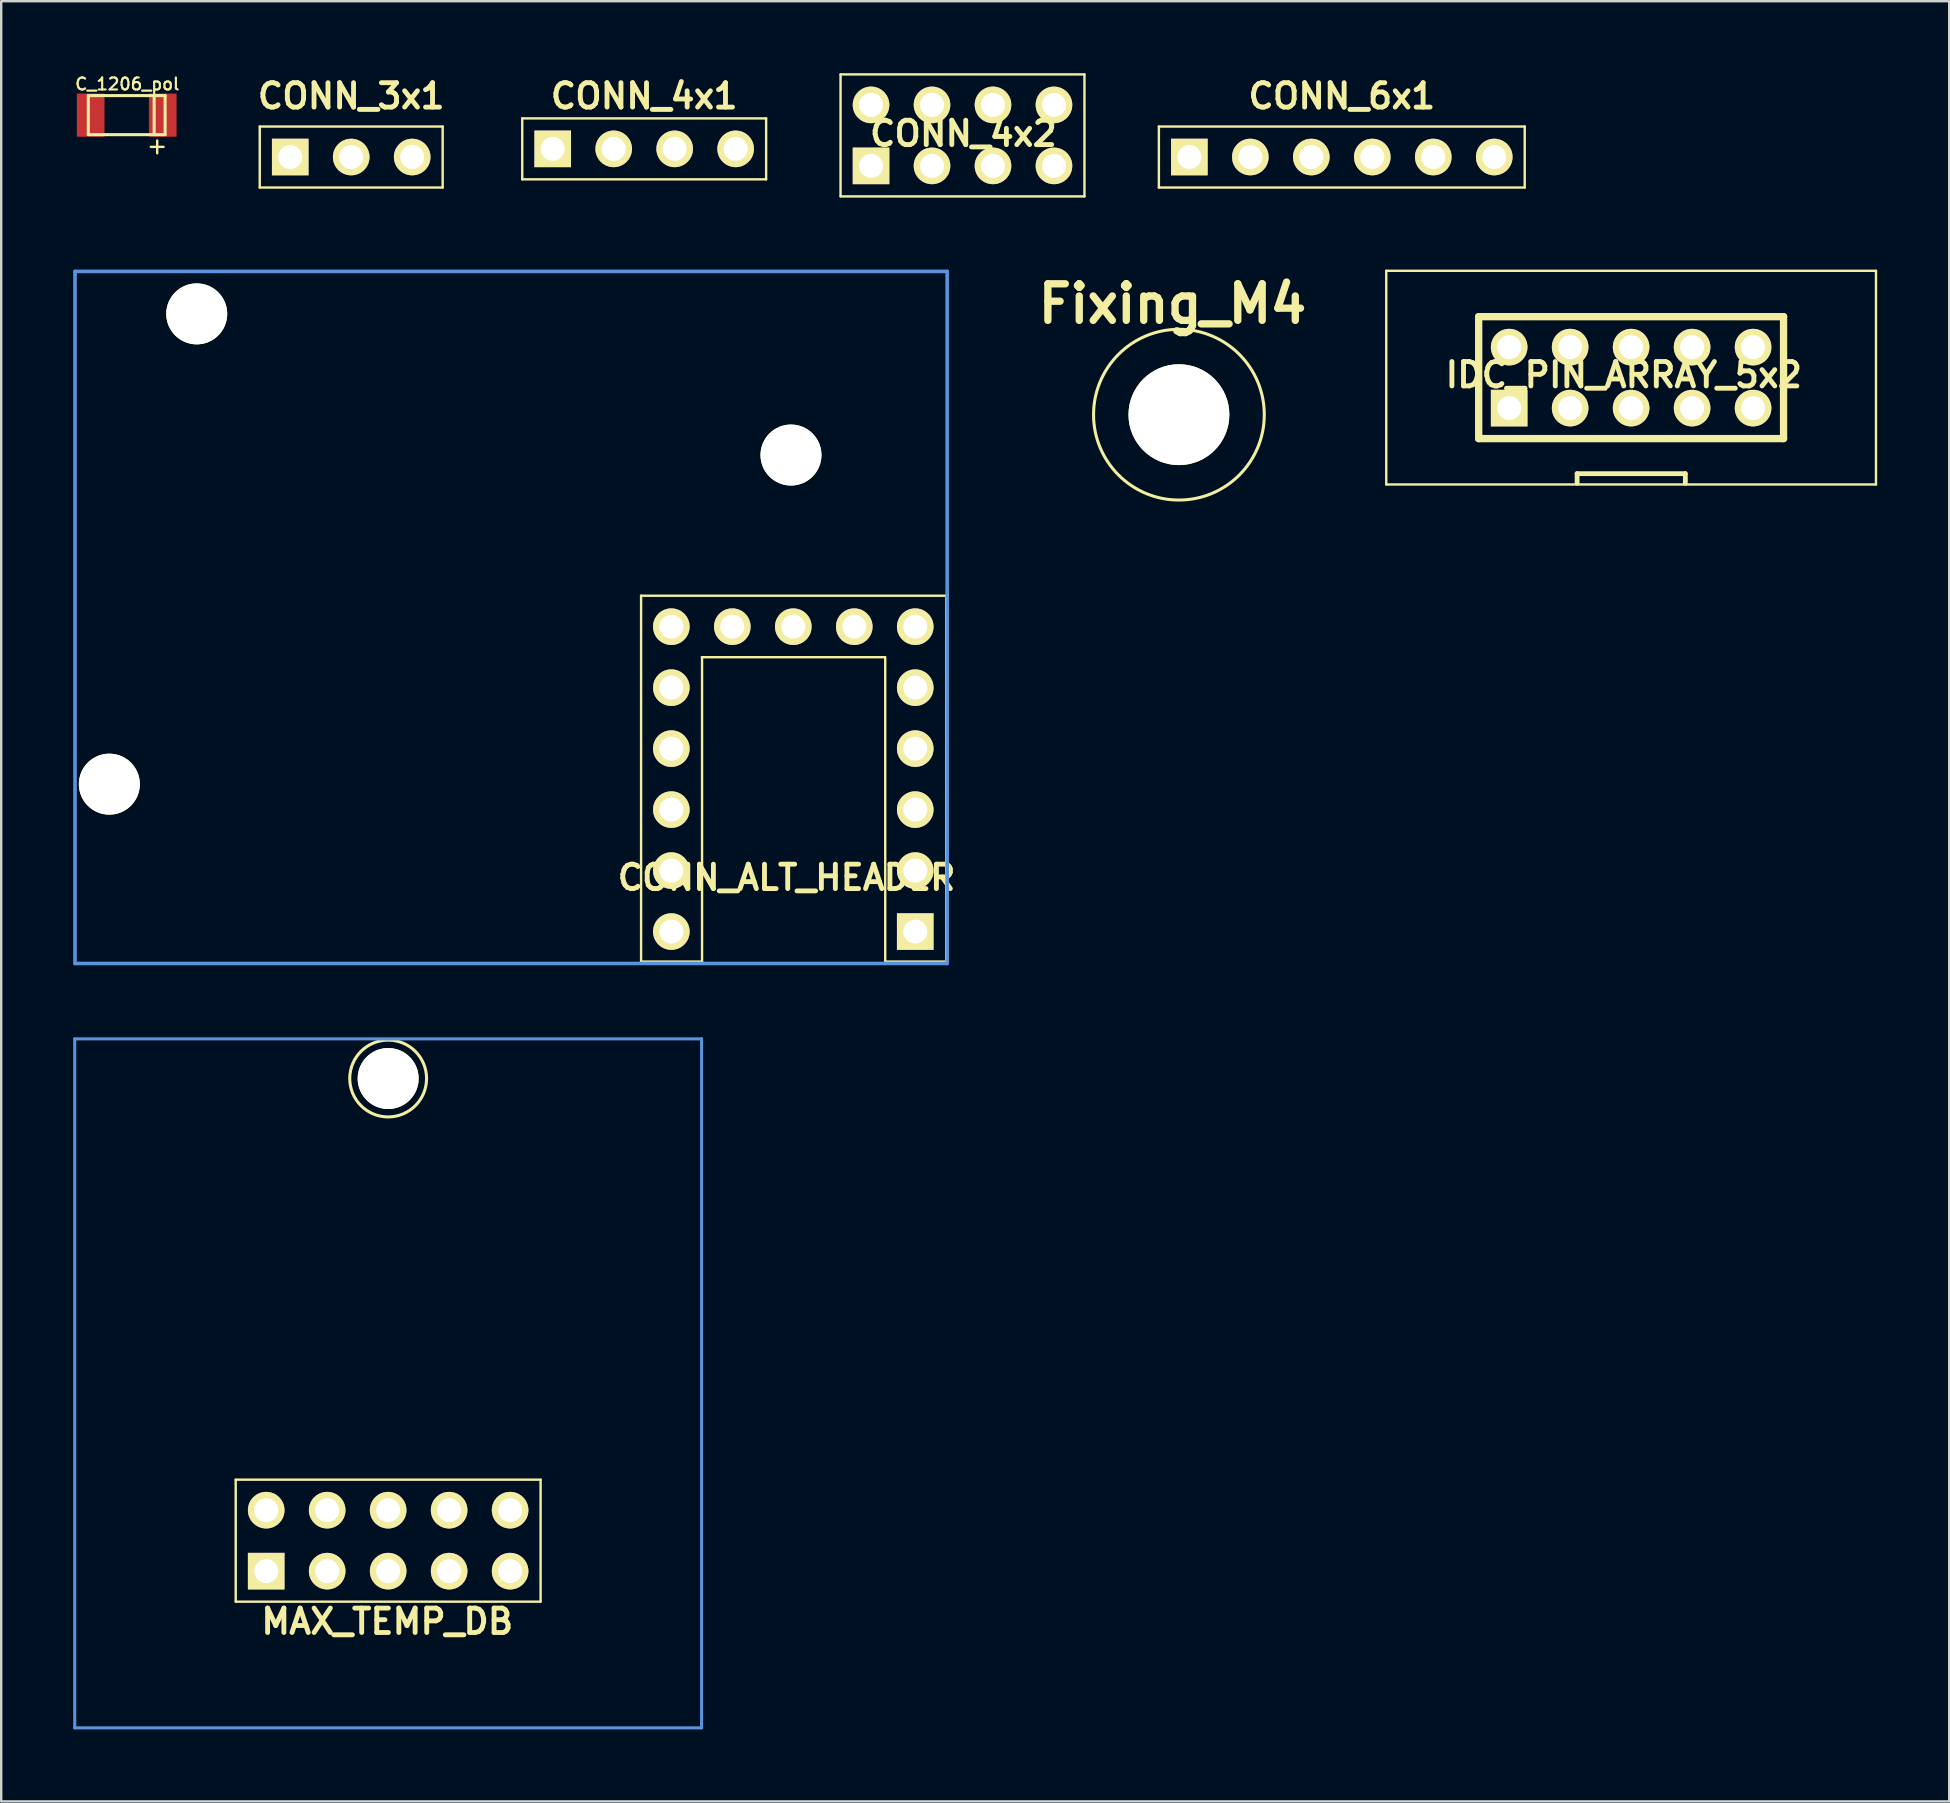
<source format=kicad_pcb>
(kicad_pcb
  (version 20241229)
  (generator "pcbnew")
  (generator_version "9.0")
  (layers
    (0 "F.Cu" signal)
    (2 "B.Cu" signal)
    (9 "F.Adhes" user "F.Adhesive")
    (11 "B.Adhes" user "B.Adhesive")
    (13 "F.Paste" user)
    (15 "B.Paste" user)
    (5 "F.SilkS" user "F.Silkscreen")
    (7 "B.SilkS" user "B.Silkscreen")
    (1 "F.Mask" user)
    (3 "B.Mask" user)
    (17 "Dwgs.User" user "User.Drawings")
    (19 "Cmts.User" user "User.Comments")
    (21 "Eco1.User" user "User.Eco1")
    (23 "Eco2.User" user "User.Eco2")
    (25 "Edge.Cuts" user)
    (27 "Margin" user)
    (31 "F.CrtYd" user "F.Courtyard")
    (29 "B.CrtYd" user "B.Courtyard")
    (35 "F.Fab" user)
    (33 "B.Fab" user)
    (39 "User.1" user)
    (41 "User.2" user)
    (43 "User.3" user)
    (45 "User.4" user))
  (footprint "MAX_TEMP_DB"
    (layer "F.Cu")
    (at 13.119 61.128)
    (property "Reference" "MAX_TEMP_DB" (at -0.038 3.365 0) (layer "F.SilkS") (effects (font (size 1.016 1.016) (thickness 0.203))))
    (attr through_hole)
    (fp_line (start -6.35 -2.54) (end 6.35 -2.54) (stroke (width 0.1) (type solid)) (layer "F.SilkS"))
    (fp_line (start -6.35 2.54) (end -6.35 -2.54) (stroke (width 0.1) (type solid)) (layer "F.SilkS"))
    (fp_line (start 6.35 -2.54) (end 6.35 2.54) (stroke (width 0.1) (type solid)) (layer "F.SilkS"))
    (fp_line (start 6.35 2.54) (end -6.35 2.54) (stroke (width 0.1) (type solid)) (layer "F.SilkS"))
    (fp_circle (center 0 -19.251) (end 0 -20.851) (stroke (width 0.127) (type solid)) (fill no) (layer "F.SilkS"))
    (fp_line (start -13.056 -20.904) (end 13.056 -20.904) (stroke (width 0.127) (type solid)) (layer "Cmts.User"))
    (fp_line (start -13.056 7.798) (end -13.056 -20.904) (stroke (width 0.127) (type solid)) (layer "Cmts.User"))
    (fp_line (start -13.056 7.798) (end 13.056 7.798) (stroke (width 0.127) (type solid)) (layer "Cmts.User"))
    (fp_line (start 13.056 -20.904) (end 13.056 7.798) (stroke (width 0.127) (type solid)) (layer "Cmts.User"))
    (pad "" np_thru_hole circle (at 0 -19.251) (size 2.54 2.54) (drill 2.54) (layers "*.Cu" "*.Mask" "F.SilkS"))
    (pad "1" thru_hole rect (at -5.08 1.27) (size 1.524 1.524) (drill 1) (layers "*.Cu" "*.Mask" "F.SilkS"))
    (pad "2" thru_hole circle (at -5.08 -1.27) (size 1.524 1.524) (drill 1) (layers "*.Cu" "*.Mask" "F.SilkS"))
    (pad "3" thru_hole circle (at -2.54 1.27) (size 1.524 1.524) (drill 1) (layers "*.Cu" "*.Mask" "F.SilkS"))
    (pad "4" thru_hole circle (at -2.54 -1.27) (size 1.524 1.524) (drill 1) (layers "*.Cu" "*.Mask" "F.SilkS"))
    (pad "5" thru_hole circle (at 0 1.27) (size 1.524 1.524) (drill 1) (layers "*.Cu" "*.Mask" "F.SilkS"))
    (pad "6" thru_hole circle (at 0 -1.27) (size 1.524 1.524) (drill 1) (layers "*.Cu" "*.Mask" "F.SilkS"))
    (pad "7" thru_hole circle (at 2.54 1.27) (size 1.524 1.524) (drill 1) (layers "*.Cu" "*.Mask" "F.SilkS"))
    (pad "8" thru_hole circle (at 2.54 -1.27) (size 1.524 1.524) (drill 1) (layers "*.Cu" "*.Mask" "F.SilkS"))
    (pad "9" thru_hole circle (at 5.08 1.27) (size 1.524 1.524) (drill 1) (layers "*.Cu" "*.Mask" "F.SilkS"))
    (pad "10" thru_hole circle (at 5.08 -1.27) (size 1.524 1.524) (drill 1) (layers "*.Cu" "*.Mask" "F.SilkS")))
  (footprint "CONN_4x2"
    (layer "F.Cu")
    (at 37.044 2.59)
    (property "Reference" "CONN_4x2" (at 0.038 -0.076 0) (layer "F.SilkS") (effects (font (size 1.016 1.016) (thickness 0.203))))
    (attr through_hole)
    (fp_line (start -5.08 -2.54) (end 5.08 -2.54) (stroke (width 0.1) (type solid)) (layer "F.SilkS"))
    (fp_line (start -5.08 2.54) (end -5.08 -2.54) (stroke (width 0.1) (type solid)) (layer "F.SilkS"))
    (fp_line (start 5.08 -2.54) (end 5.08 2.54) (stroke (width 0.1) (type solid)) (layer "F.SilkS"))
    (fp_line (start 5.08 2.54) (end -5.08 2.54) (stroke (width 0.1) (type solid)) (layer "F.SilkS"))
    (pad "1" thru_hole rect (at -3.81 1.27) (size 1.524 1.524) (drill 1) (layers "*.Cu" "*.Mask" "F.SilkS"))
    (pad "2" thru_hole circle (at -3.81 -1.27) (size 1.524 1.524) (drill 1) (layers "*.Cu" "*.Mask" "F.SilkS"))
    (pad "3" thru_hole circle (at -1.27 1.27) (size 1.524 1.524) (drill 1) (layers "*.Cu" "*.Mask" "F.SilkS"))
    (pad "4" thru_hole circle (at -1.27 -1.27) (size 1.524 1.524) (drill 1) (layers "*.Cu" "*.Mask" "F.SilkS"))
    (pad "5" thru_hole circle (at 1.27 1.27) (size 1.524 1.524) (drill 1) (layers "*.Cu" "*.Mask" "F.SilkS"))
    (pad "6" thru_hole circle (at 1.27 -1.27) (size 1.524 1.524) (drill 1) (layers "*.Cu" "*.Mask" "F.SilkS"))
    (pad "7" thru_hole circle (at 3.81 1.27) (size 1.524 1.524) (drill 1) (layers "*.Cu" "*.Mask" "F.SilkS"))
    (pad "8" thru_hole circle (at 3.81 -1.27) (size 1.524 1.524) (drill 1) (layers "*.Cu" "*.Mask" "F.SilkS")))
  (footprint "CONN_4x1"
    (layer "F.Cu")
    (at 23.784 3.151)
    (property "Reference" "CONN_4x1" (at 0 -2.2 0) (layer "F.SilkS") (effects (font (size 1.016 1.016) (thickness 0.203))))
    (attr through_hole)
    (fp_line (start -5.08 -1.27) (end -5.08 1.27) (stroke (width 0.1) (type solid)) (layer "F.SilkS"))
    (fp_line (start 5.08 -1.27) (end -5.08 -1.27) (stroke (width 0.1) (type solid)) (layer "F.SilkS"))
    (fp_line (start 5.08 1.27) (end -5.08 1.27) (stroke (width 0.1) (type solid)) (layer "F.SilkS"))
    (fp_line (start 5.08 1.27) (end 5.08 -1.27) (stroke (width 0.1) (type solid)) (layer "F.SilkS"))
    (pad "1" thru_hole rect (at -3.81 0) (size 1.524 1.524) (drill 1) (layers "*.Cu" "*.Mask" "F.SilkS"))
    (pad "2" thru_hole circle (at -1.27 0) (size 1.524 1.524) (drill 1) (layers "*.Cu" "*.Mask" "F.SilkS"))
    (pad "3" thru_hole circle (at 1.27 0) (size 1.524 1.524) (drill 1) (layers "*.Cu" "*.Mask" "F.SilkS"))
    (pad "4" thru_hole circle (at 3.81 0) (size 1.524 1.524) (drill 1) (layers "*.Cu" "*.Mask" "F.SilkS")))
  (footprint "CONN_3x1"
    (layer "F.Cu")
    (at 11.58 3.491)
    (property "Reference" "CONN_3x1" (at 0 -2.54 0) (layer "F.SilkS") (effects (font (size 1.016 1.016) (thickness 0.203))))
    (attr through_hole)
    (fp_line (start -3.81 -1.27) (end -3.81 1.27) (stroke (width 0.1) (type solid)) (layer "F.SilkS"))
    (fp_line (start 3.81 -1.27) (end -3.81 -1.27) (stroke (width 0.1) (type solid)) (layer "F.SilkS"))
    (fp_line (start 3.81 1.27) (end -3.81 1.27) (stroke (width 0.1) (type solid)) (layer "F.SilkS"))
    (fp_line (start 3.81 1.27) (end 3.81 -1.27) (stroke (width 0.1) (type solid)) (layer "F.SilkS"))
    (pad "1" thru_hole rect (at -2.54 0) (size 1.524 1.524) (drill 1) (layers "*.Cu" "*.Mask" "F.SilkS"))
    (pad "2" thru_hole circle (at 0 0) (size 1.524 1.524) (drill 1) (layers "*.Cu" "*.Mask" "F.SilkS"))
    (pad "3" thru_hole circle (at 2.54 0) (size 1.524 1.524) (drill 1) (layers "*.Cu" "*.Mask" "F.SilkS")))
  (footprint "Fixing_M4"
    (layer "F.Cu")
    (at 46.059 14.224)
    (property "Reference" "Fixing_M4" (at -0.269 -4.618 0) (layer "F.SilkS") (effects (font (size 1.524 1.524) (thickness 0.305))))
    (attr through_hole)
    (fp_circle (center 0 0) (end -3.556 0) (stroke (width 0.127) (type solid)) (fill no) (layer "F.SilkS"))
    (pad "" np_thru_hole circle (at 0 0) (size 4.201 4.201) (drill 4.201) (layers "*.Cu" "*.Mask" "F.SilkS")))
  (footprint "C_1206_pol"
    (layer "F.Cu")
    (at 2.228 1.746)
    (property "Reference" "C_1206_pol" (at 0.025 -1.295 0) (layer "F.SilkS") (effects (font (size 0.5 0.5) (thickness 0.09))))
    (attr through_hole)
    (fp_line (start -1.6 -0.813) (end -1.6 0.813) (stroke (width 0.127) (type solid)) (layer "F.SilkS"))
    (fp_line (start -1.6 0.813) (end 1.6 0.813) (stroke (width 0.127) (type solid)) (layer "F.SilkS"))
    (fp_line (start 1.143 0.813) (end 1.143 -0.813) (stroke (width 0.127) (type solid)) (layer "F.SilkS"))
    (fp_line (start 1.6 -0.813) (end -1.6 -0.813) (stroke (width 0.127) (type solid)) (layer "F.SilkS"))
    (fp_line (start 1.6 0.813) (end 1.6 -0.813) (stroke (width 0.127) (type solid)) (layer "F.SilkS"))
    (fp_text user "+" (at 1.27 1.27 0) (layer "F.SilkS") (effects (font (size 0.7 0.7) (thickness 0.1))))
    (pad "1" smd rect (at 1.501 0) (size 1.151 1.801) (layers "F.Cu" "F.Mask" "F.Paste"))
    (pad "2" smd rect (at -1.501 0) (size 1.151 1.801) (layers "F.Cu" "F.Mask" "F.Paste")))
  (footprint "IDC_PIN_ARRAY_5x2"
    (layer "F.Cu")
    (at 64.896 12.68)
    (property "Reference" "IDC_PIN_ARRAY_5x2" (at -0.305 -0.114 0) (layer "F.SilkS") (effects (font (size 1.016 1.016) (thickness 0.203))))
    (attr through_hole)
    (fp_line (start -10.2 -4.45) (end -10.2 4.45) (stroke (width 0.1) (type solid)) (layer "F.SilkS"))
    (fp_line (start -10.2 4.45) (end 10.2 4.45) (stroke (width 0.1) (type solid)) (layer "F.SilkS"))
    (fp_line (start -6.35 -2.54) (end 6.35 -2.54) (stroke (width 0.305) (type solid)) (layer "F.SilkS"))
    (fp_line (start -6.35 2.54) (end -6.35 -2.54) (stroke (width 0.305) (type solid)) (layer "F.SilkS"))
    (fp_line (start -2.25 4) (end -2.25 4.4) (stroke (width 0.2) (type solid)) (layer "F.SilkS"))
    (fp_line (start -2.25 4) (end 2.25 4) (stroke (width 0.2) (type solid)) (layer "F.SilkS"))
    (fp_line (start 2.259 4) (end 2.259 4.4) (stroke (width 0.2) (type solid)) (layer "F.SilkS"))
    (fp_line (start 6.35 -2.54) (end 6.35 2.54) (stroke (width 0.305) (type solid)) (layer "F.SilkS"))
    (fp_line (start 6.35 2.54) (end -6.35 2.54) (stroke (width 0.305) (type solid)) (layer "F.SilkS"))
    (fp_line (start 10.2 -4.45) (end -10.2 -4.45) (stroke (width 0.1) (type solid)) (layer "F.SilkS"))
    (fp_line (start 10.2 4.45) (end 10.2 -4.45) (stroke (width 0.1) (type solid)) (layer "F.SilkS"))
    (pad "1" thru_hole rect (at -5.08 1.27) (size 1.524 1.524) (drill 1) (layers "*.Cu" "*.Mask" "F.SilkS"))
    (pad "2" thru_hole circle (at -5.08 -1.27) (size 1.524 1.524) (drill 1) (layers "*.Cu" "*.Mask" "F.SilkS"))
    (pad "3" thru_hole circle (at -2.54 1.27) (size 1.524 1.524) (drill 1) (layers "*.Cu" "*.Mask" "F.SilkS"))
    (pad "4" thru_hole circle (at -2.54 -1.27) (size 1.524 1.524) (drill 1) (layers "*.Cu" "*.Mask" "F.SilkS"))
    (pad "5" thru_hole circle (at 0 1.27) (size 1.524 1.524) (drill 1) (layers "*.Cu" "*.Mask" "F.SilkS"))
    (pad "6" thru_hole circle (at 0 -1.27) (size 1.524 1.524) (drill 1) (layers "*.Cu" "*.Mask" "F.SilkS"))
    (pad "7" thru_hole circle (at 2.54 1.27) (size 1.524 1.524) (drill 1) (layers "*.Cu" "*.Mask" "F.SilkS"))
    (pad "8" thru_hole circle (at 2.54 -1.27) (size 1.524 1.524) (drill 1) (layers "*.Cu" "*.Mask" "F.SilkS"))
    (pad "9" thru_hole circle (at 5.08 1.27) (size 1.524 1.524) (drill 1) (layers "*.Cu" "*.Mask" "F.SilkS"))
    (pad "10" thru_hole circle (at 5.08 -1.27) (size 1.524 1.524) (drill 1) (layers "*.Cu" "*.Mask" "F.SilkS")))
  (footprint "CONN_ALT_HEADER"
    (layer "F.Cu")
    (at 35.075 35.755)
    (property "Reference" "CONN_ALT_HEADER" (at -5.36 -2.25 180) (layer "F.SilkS") (effects (font (size 1.016 1.016) (thickness 0.203))))
    (attr through_hole)
    (fp_line (start -11.42 -13.99) (end -11.42 1.25) (stroke (width 0.1) (type solid)) (layer "F.SilkS"))
    (fp_line (start -11.42 1.25) (end -8.88 1.25) (stroke (width 0.1) (type solid)) (layer "F.SilkS"))
    (fp_line (start -8.88 -11.43) (end -8.88 1.25) (stroke (width 0.1) (type solid)) (layer "F.SilkS"))
    (fp_line (start -1.27 -11.43) (end -8.89 -11.43) (stroke (width 0.1) (type solid)) (layer "F.SilkS"))
    (fp_line (start -1.25 -11.43) (end -1.25 1.25) (stroke (width 0.1) (type solid)) (layer "F.SilkS"))
    (fp_line (start -1.25 1.25) (end 1.29 1.25) (stroke (width 0.1) (type solid)) (layer "F.SilkS"))
    (fp_line (start 1.29 -13.99) (end -11.42 -13.99) (stroke (width 0.1) (type solid)) (layer "F.SilkS"))
    (fp_line (start 1.29 -13.99) (end 1.29 1.25) (stroke (width 0.1) (type solid)) (layer "F.SilkS"))
    (fp_line (start -35 -27.5) (end 1.33 -27.5) (stroke (width 0.15) (type solid)) (layer "Cmts.User"))
    (fp_line (start -35 1.33) (end -35 -27.5) (stroke (width 0.15) (type solid)) (layer "Cmts.User"))
    (fp_line (start 1.33 -27.5) (end 1.33 1.33) (stroke (width 0.15) (type solid)) (layer "Cmts.User"))
    (fp_line (start 1.33 1.33) (end -35 1.33) (stroke (width 0.15) (type solid)) (layer "Cmts.User"))
    (pad "" np_thru_hole circle (at -33.57 -6.14 90) (size 2.54 2.54) (drill 2.54) (layers "*.Cu" "*.Mask" "F.SilkS"))
    (pad "" np_thru_hole circle (at -29.93 -25.73 90) (size 2.54 2.54) (drill 2.54) (layers "*.Cu" "*.Mask" "F.SilkS"))
    (pad "" np_thru_hole circle (at -5.176 -19.85 90) (size 2.54 2.54) (drill 2.54) (layers "*.Cu" "*.Mask" "F.SilkS"))
    (pad "1" thru_hole rect (at 0 0 90) (size 1.524 1.524) (drill 1) (layers "*.Cu" "*.Mask" "F.SilkS"))
    (pad "2" thru_hole circle (at 0 -2.54 90) (size 1.524 1.524) (drill 1) (layers "*.Cu" "*.Mask" "F.SilkS"))
    (pad "3" thru_hole circle (at 0 -5.08 90) (size 1.524 1.524) (drill 1) (layers "*.Cu" "*.Mask" "F.SilkS"))
    (pad "4" thru_hole circle (at 0 -7.62 90) (size 1.524 1.524) (drill 1) (layers "*.Cu" "*.Mask" "F.SilkS"))
    (pad "5" thru_hole circle (at 0 -10.16 90) (size 1.524 1.524) (drill 1) (layers "*.Cu" "*.Mask" "F.SilkS"))
    (pad "6" thru_hole circle (at 0 -12.7 90) (size 1.524 1.524) (drill 1) (layers "*.Cu" "*.Mask" "F.SilkS"))
    (pad "7" thru_hole circle (at -2.54 -12.7 90) (size 1.524 1.524) (drill 1) (layers "*.Cu" "*.Mask" "F.SilkS"))
    (pad "8" thru_hole circle (at -5.08 -12.7 90) (size 1.524 1.524) (drill 1) (layers "*.Cu" "*.Mask" "F.SilkS"))
    (pad "9" thru_hole circle (at -7.62 -12.7 90) (size 1.524 1.524) (drill 1) (layers "*.Cu" "*.Mask" "F.SilkS"))
    (pad "10" thru_hole circle (at -10.16 -12.7 90) (size 1.524 1.524) (drill 1) (layers "*.Cu" "*.Mask" "F.SilkS"))
    (pad "11" thru_hole circle (at -10.16 -10.16 90) (size 1.524 1.524) (drill 1) (layers "*.Cu" "*.Mask" "F.SilkS"))
    (pad "12" thru_hole circle (at -10.16 -7.62 90) (size 1.524 1.524) (drill 1) (layers "*.Cu" "*.Mask" "F.SilkS"))
    (pad "13" thru_hole circle (at -10.16 -5.08 90) (size 1.524 1.524) (drill 1) (layers "*.Cu" "*.Mask" "F.SilkS"))
    (pad "14" thru_hole circle (at -10.16 -2.54 90) (size 1.524 1.524) (drill 1) (layers "*.Cu" "*.Mask" "F.SilkS"))
    (pad "15" thru_hole circle (at -10.16 0 90) (size 1.524 1.524) (drill 1) (layers "*.Cu" "*.Mask" "F.SilkS")))
  (footprint "CONN_6x1"
    (layer "F.Cu")
    (at 52.844 3.491)
    (property "Reference" "CONN_6x1" (at 0 -2.54 0) (layer "F.SilkS") (effects (font (size 1.016 1.016) (thickness 0.203))))
    (attr through_hole)
    (fp_line (start -7.62 -1.27) (end -7.62 1.27) (stroke (width 0.1) (type solid)) (layer "F.SilkS"))
    (fp_line (start 7.62 -1.27) (end -7.62 -1.27) (stroke (width 0.1) (type solid)) (layer "F.SilkS"))
    (fp_line (start 7.62 1.27) (end -7.62 1.27) (stroke (width 0.1) (type solid)) (layer "F.SilkS"))
    (fp_line (start 7.62 1.27) (end 7.62 -1.27) (stroke (width 0.1) (type solid)) (layer "F.SilkS"))
    (pad "1" thru_hole rect (at -6.35 0) (size 1.524 1.524) (drill 1) (layers "*.Cu" "*.Mask" "F.SilkS"))
    (pad "2" thru_hole circle (at -3.81 0) (size 1.524 1.524) (drill 1) (layers "*.Cu" "*.Mask" "F.SilkS"))
    (pad "3" thru_hole circle (at -1.27 0) (size 1.524 1.524) (drill 1) (layers "*.Cu" "*.Mask" "F.SilkS"))
    (pad "4" thru_hole circle (at 1.27 0) (size 1.524 1.524) (drill 1) (layers "*.Cu" "*.Mask" "F.SilkS"))
    (pad "5" thru_hole circle (at 3.81 0) (size 1.524 1.524) (drill 1) (layers "*.Cu" "*.Mask" "F.SilkS"))
    (pad "6" thru_hole circle (at 6.35 0) (size 1.524 1.524) (drill 1) (layers "*.Cu" "*.Mask" "F.SilkS")))
  (gr_rect
    (start -3 -3)
    (end 78.146 71.989)
    (stroke (width 0.1) (type default))
    (fill no)
    (layer "Edge.Cuts")))
</source>
